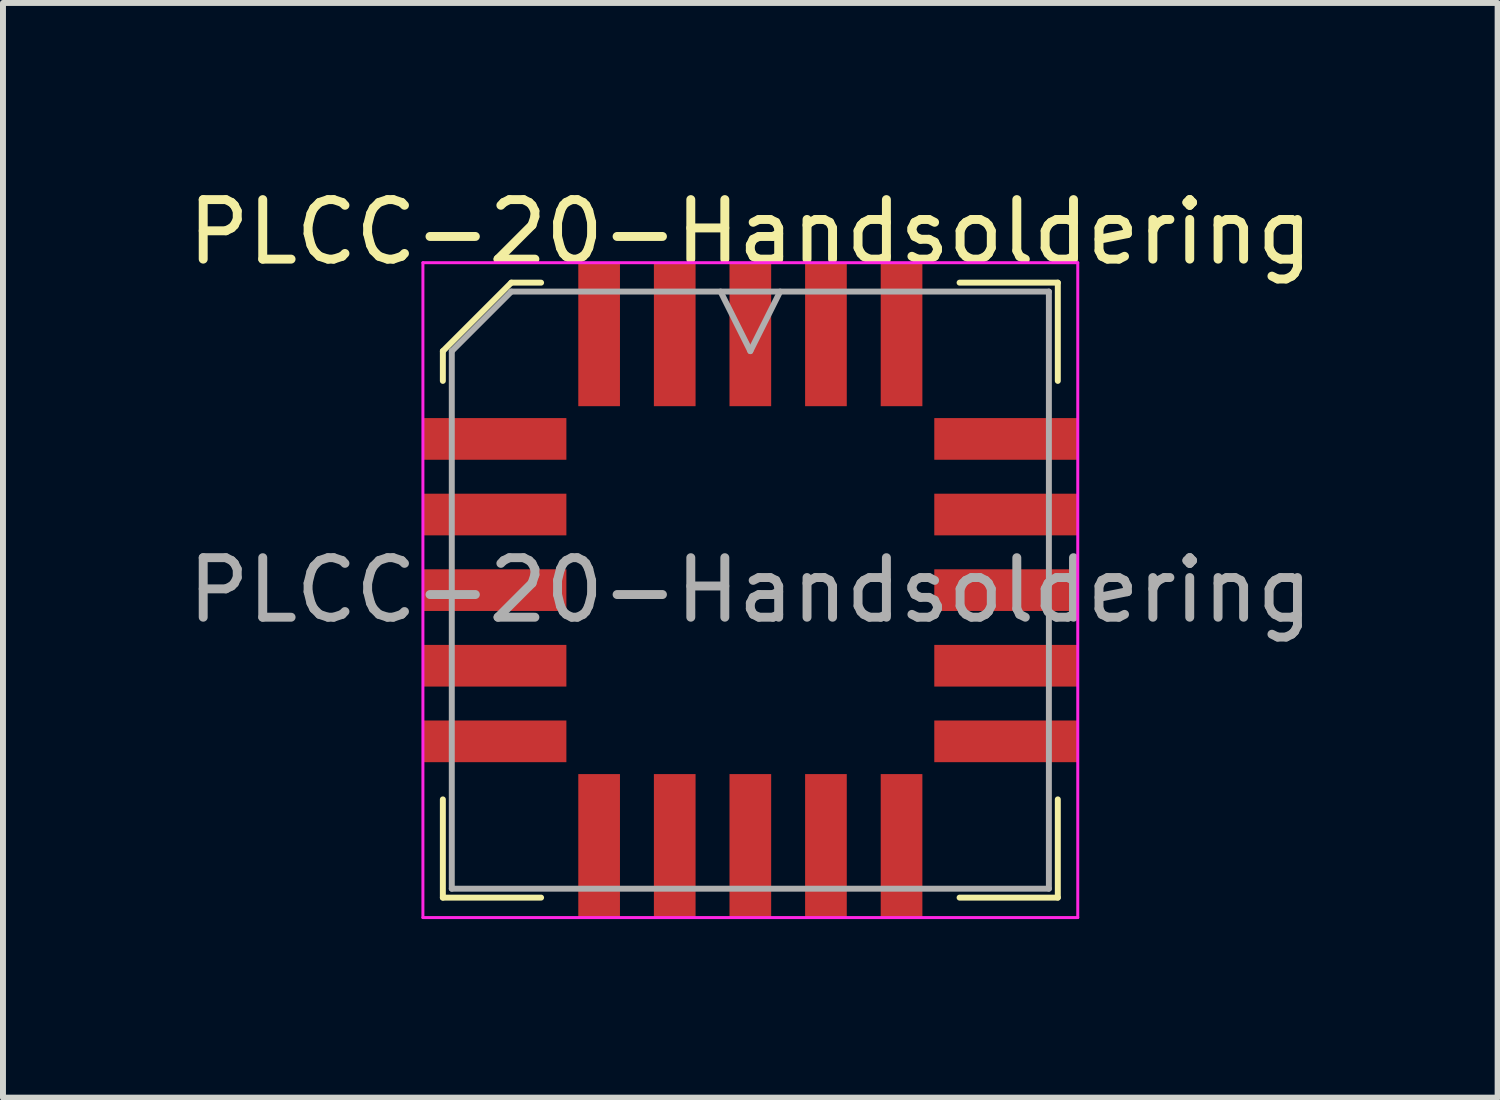
<source format=kicad_pcb>
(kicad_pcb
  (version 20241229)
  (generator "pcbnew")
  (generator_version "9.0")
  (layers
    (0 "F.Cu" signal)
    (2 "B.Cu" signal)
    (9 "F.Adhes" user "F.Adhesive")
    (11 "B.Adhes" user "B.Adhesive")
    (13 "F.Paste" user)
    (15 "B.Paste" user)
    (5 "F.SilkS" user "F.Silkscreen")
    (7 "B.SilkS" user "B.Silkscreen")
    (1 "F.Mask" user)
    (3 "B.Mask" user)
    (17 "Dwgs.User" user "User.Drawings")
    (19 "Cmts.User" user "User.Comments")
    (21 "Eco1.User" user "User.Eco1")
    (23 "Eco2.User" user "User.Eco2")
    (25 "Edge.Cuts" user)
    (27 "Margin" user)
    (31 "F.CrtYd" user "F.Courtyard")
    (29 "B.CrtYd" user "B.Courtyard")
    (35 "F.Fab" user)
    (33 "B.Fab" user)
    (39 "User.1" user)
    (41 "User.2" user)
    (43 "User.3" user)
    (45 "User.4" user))
  (footprint "PLCC-20-Handsoldering"
    (layer "F.Cu")
    (at 9.554 6.863)
    (property "Reference" "PLCC-20-Handsoldering" (at 0 -6.015 0) (layer "F.SilkS") (effects (font (size 1 1) (thickness 0.15))))
    (attr smd)
    (fp_line (start -5.165 -4.015) (end -5.165 -3.515) (stroke (width 0.1) (type solid)) (layer "F.SilkS"))
    (fp_line (start -5.165 5.165) (end -5.165 3.515) (stroke (width 0.1) (type solid)) (layer "F.SilkS"))
    (fp_line (start -4.015 -5.165) (end -5.165 -4.015) (stroke (width 0.1) (type solid)) (layer "F.SilkS"))
    (fp_line (start -3.515 -5.165) (end -4.015 -5.165) (stroke (width 0.1) (type solid)) (layer "F.SilkS"))
    (fp_line (start -3.515 5.165) (end -5.165 5.165) (stroke (width 0.1) (type solid)) (layer "F.SilkS"))
    (fp_line (start 3.515 -5.165) (end 5.165 -5.165) (stroke (width 0.1) (type solid)) (layer "F.SilkS"))
    (fp_line (start 3.515 5.165) (end 5.165 5.165) (stroke (width 0.1) (type solid)) (layer "F.SilkS"))
    (fp_line (start 5.165 -5.165) (end 5.165 -3.515) (stroke (width 0.1) (type solid)) (layer "F.SilkS"))
    (fp_line (start 5.165 5.165) (end 5.165 3.515) (stroke (width 0.1) (type solid)) (layer "F.SilkS"))
    (fp_line (start -5.5 -5.5) (end -5.5 5.5) (stroke (width 0.05) (type solid)) (layer "F.CrtYd"))
    (fp_line (start -5.5 5.5) (end 5.5 5.5) (stroke (width 0.05) (type solid)) (layer "F.CrtYd"))
    (fp_line (start 5.5 -5.5) (end -5.5 -5.5) (stroke (width 0.05) (type solid)) (layer "F.CrtYd"))
    (fp_line (start 5.5 5.5) (end 5.5 -5.5) (stroke (width 0.05) (type solid)) (layer "F.CrtYd"))
    (fp_line (start -5.015 -4.015) (end -5.015 5.015) (stroke (width 0.1) (type solid)) (layer "F.Fab"))
    (fp_line (start -5.015 5.015) (end 5.015 5.015) (stroke (width 0.1) (type solid)) (layer "F.Fab"))
    (fp_line (start -4.015 -5.015) (end -5.015 -4.015) (stroke (width 0.1) (type solid)) (layer "F.Fab"))
    (fp_line (start -0.5 -5.015) (end 0 -4.015) (stroke (width 0.1) (type solid)) (layer "F.Fab"))
    (fp_line (start 0 -4.015) (end 0.5 -5.015) (stroke (width 0.1) (type solid)) (layer "F.Fab"))
    (fp_line (start 5.015 -5.015) (end -4.015 -5.015) (stroke (width 0.1) (type solid)) (layer "F.Fab"))
    (fp_line (start 5.015 5.015) (end 5.015 -5.015) (stroke (width 0.1) (type solid)) (layer "F.Fab"))
    (fp_text user "${REFERENCE}" (at 0 0 0) (layer "F.Fab") (effects (font (size 1 1) (thickness 0.15))))
    (pad "1" smd rect (at 0 -4.295) (size 0.7 2.41) (layers "F.Cu" "F.Mask" "F.Paste"))
    (pad "2" smd rect (at -1.27 -4.295) (size 0.7 2.41) (layers "F.Cu" "F.Mask" "F.Paste"))
    (pad "3" smd rect (at -2.54 -4.295) (size 0.7 2.41) (layers "F.Cu" "F.Mask" "F.Paste"))
    (pad "4" smd rect (at -4.295 -2.54) (size 2.41 0.7) (layers "F.Cu" "F.Mask" "F.Paste"))
    (pad "5" smd rect (at -4.295 -1.27) (size 2.41 0.7) (layers "F.Cu" "F.Mask" "F.Paste"))
    (pad "6" smd rect (at -4.295 0) (size 2.41 0.7) (layers "F.Cu" "F.Mask" "F.Paste"))
    (pad "7" smd rect (at -4.295 1.27) (size 2.41 0.7) (layers "F.Cu" "F.Mask" "F.Paste"))
    (pad "8" smd rect (at -4.295 2.54) (size 2.41 0.7) (layers "F.Cu" "F.Mask" "F.Paste"))
    (pad "9" smd rect (at -2.54 4.295) (size 0.7 2.41) (layers "F.Cu" "F.Mask" "F.Paste"))
    (pad "10" smd rect (at -1.27 4.295) (size 0.7 2.41) (layers "F.Cu" "F.Mask" "F.Paste"))
    (pad "11" smd rect (at 0 4.295) (size 0.7 2.41) (layers "F.Cu" "F.Mask" "F.Paste"))
    (pad "12" smd rect (at 1.27 4.295) (size 0.7 2.41) (layers "F.Cu" "F.Mask" "F.Paste"))
    (pad "13" smd rect (at 2.54 4.295) (size 0.7 2.41) (layers "F.Cu" "F.Mask" "F.Paste"))
    (pad "14" smd rect (at 4.295 2.54) (size 2.41 0.7) (layers "F.Cu" "F.Mask" "F.Paste"))
    (pad "15" smd rect (at 4.295 1.27) (size 2.41 0.7) (layers "F.Cu" "F.Mask" "F.Paste"))
    (pad "16" smd rect (at 4.295 0) (size 2.41 0.7) (layers "F.Cu" "F.Mask" "F.Paste"))
    (pad "17" smd rect (at 4.295 -1.27) (size 2.41 0.7) (layers "F.Cu" "F.Mask" "F.Paste"))
    (pad "18" smd rect (at 4.295 -2.54) (size 2.41 0.7) (layers "F.Cu" "F.Mask" "F.Paste"))
    (pad "19" smd rect (at 2.54 -4.295) (size 0.7 2.41) (layers "F.Cu" "F.Mask" "F.Paste"))
    (pad "20" smd rect (at 1.27 -4.295) (size 0.7 2.41) (layers "F.Cu" "F.Mask" "F.Paste")))
  (gr_rect
    (start -3 -3)
    (end 22.107 15.388)
    (stroke (width 0.1) (type default))
    (fill no)
    (layer "Edge.Cuts")))
</source>
